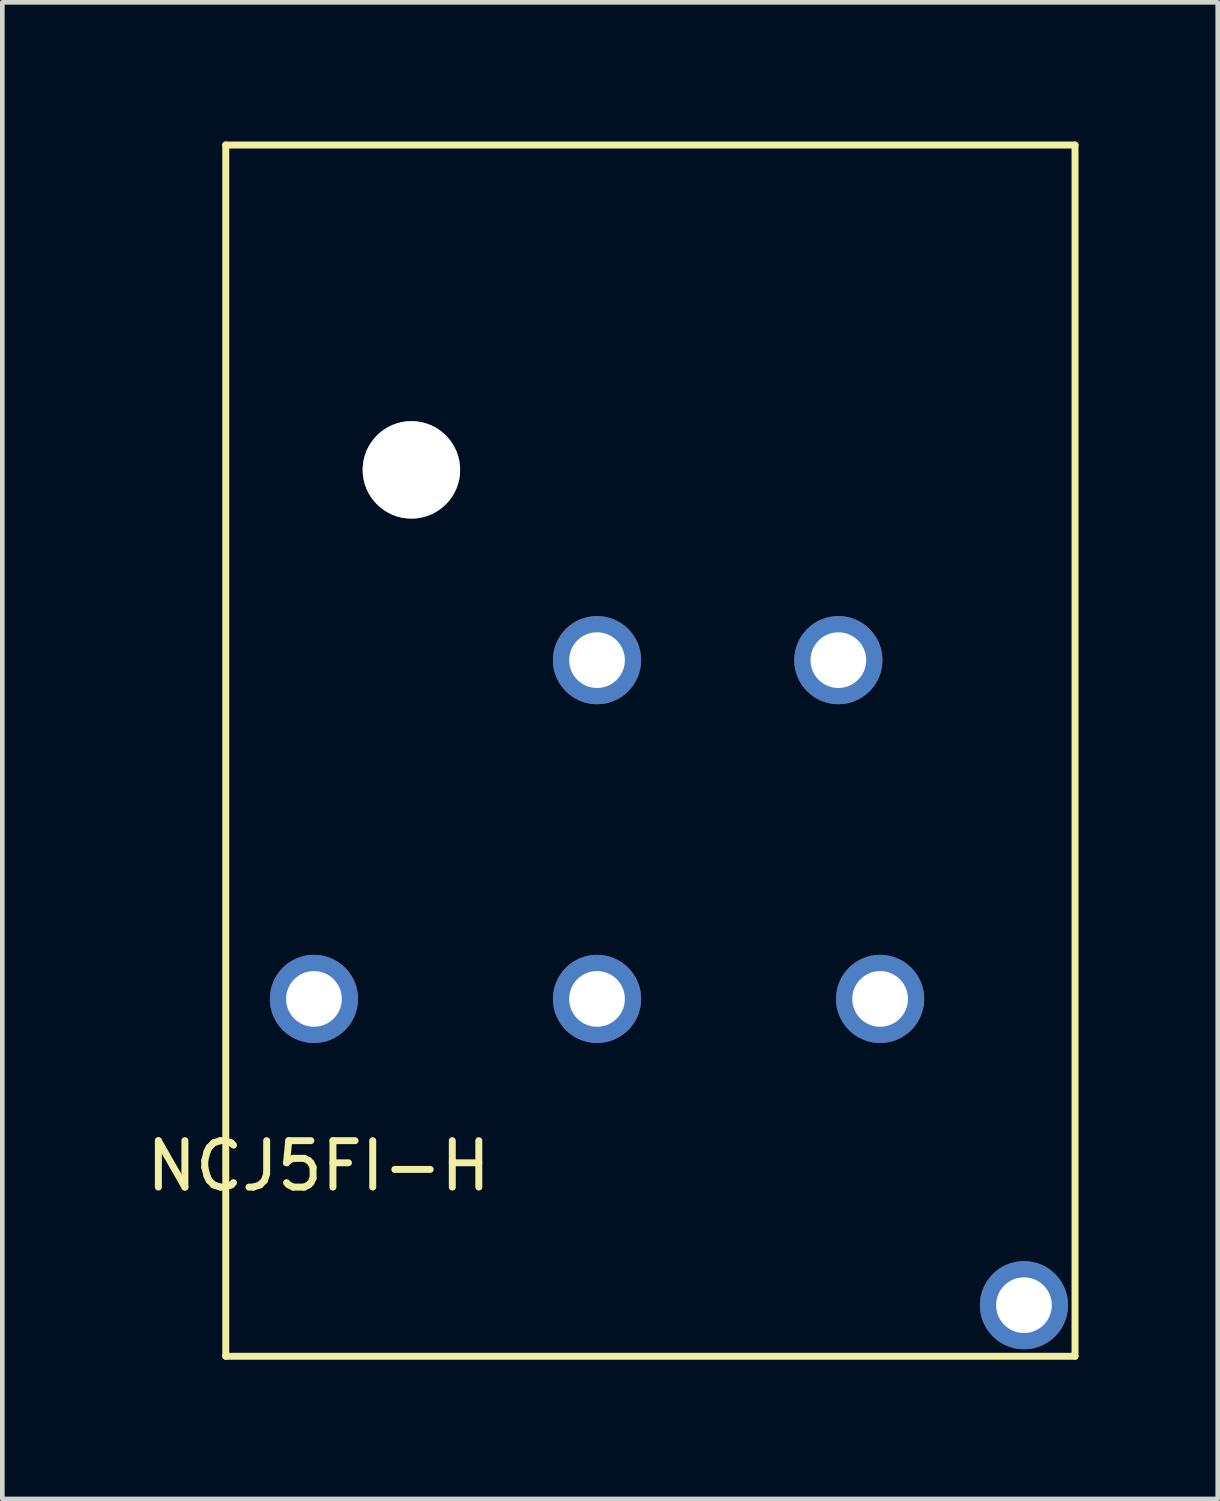
<source format=kicad_pcb>
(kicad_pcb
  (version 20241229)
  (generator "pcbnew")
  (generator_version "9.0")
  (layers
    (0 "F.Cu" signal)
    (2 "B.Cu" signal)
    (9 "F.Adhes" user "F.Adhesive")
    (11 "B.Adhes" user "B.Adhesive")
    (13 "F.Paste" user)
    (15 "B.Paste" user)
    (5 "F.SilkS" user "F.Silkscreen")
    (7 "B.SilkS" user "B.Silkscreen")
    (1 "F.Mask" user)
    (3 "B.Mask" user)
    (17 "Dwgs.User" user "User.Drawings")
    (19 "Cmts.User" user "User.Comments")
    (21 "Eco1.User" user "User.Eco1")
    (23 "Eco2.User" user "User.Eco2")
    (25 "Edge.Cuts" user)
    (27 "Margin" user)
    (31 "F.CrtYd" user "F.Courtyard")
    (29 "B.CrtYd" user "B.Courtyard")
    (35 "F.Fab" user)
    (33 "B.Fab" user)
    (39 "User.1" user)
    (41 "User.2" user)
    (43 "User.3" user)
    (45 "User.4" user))
  (footprint "NCJ5FI-H"
    (layer "F.Cu")
    (at 3.715 18.475)
    (property "Reference" "NCJ5FI-H" (at 0.1 3.6 0) (layer "F.SilkS") (effects (font (size 1 1) (thickness 0.15))))
    (attr through_hole)
    (fp_line (start -1.9 -18.4) (end -1.9 7.7) (stroke (width 0.15) (type solid)) (layer "F.SilkS"))
    (fp_line (start -1.9 7.7) (end 16.4 7.7) (stroke (width 0.15) (type solid)) (layer "F.SilkS"))
    (fp_line (start 16.4 -18.4) (end -1.9 -18.4) (stroke (width 0.15) (type solid)) (layer "F.SilkS"))
    (fp_line (start 16.4 7.7) (end 16.4 -18.4) (stroke (width 0.15) (type solid)) (layer "F.SilkS"))
    (pad "0" thru_hole circle (at 2.1 -11.4) (size 2.1 2.1) (drill 2.1) (layers "*.Cu" "*.Mask"))
    (pad "1" thru_hole circle (at 0 0) (size 1.9 1.9) (drill 1.2) (layers "*.Cu" "*.Mask"))
    (pad "2" thru_hole circle (at 12.2 0) (size 1.9 1.9) (drill 1.2) (layers "*.Cu" "*.Mask"))
    (pad "3" thru_hole circle (at 6.1 0) (size 1.9 1.9) (drill 1.2) (layers "*.Cu" "*.Mask"))
    (pad "4" thru_hole circle (at 6.1 -7.3) (size 1.9 1.9) (drill 1.2) (layers "*.Cu" "*.Mask"))
    (pad "5" thru_hole circle (at 15.3 6.6) (size 1.9 1.9) (drill 1.2) (layers "*.Cu" "*.Mask"))
    (pad "6" thru_hole circle (at 11.3 -7.3) (size 1.9 1.9) (drill 1.2) (layers "*.Cu" "*.Mask")))
  (gr_rect
    (start -3 -3)
    (end 23.19 29.25)
    (stroke (width 0.1) (type default))
    (fill no)
    (layer "Edge.Cuts")))
</source>
